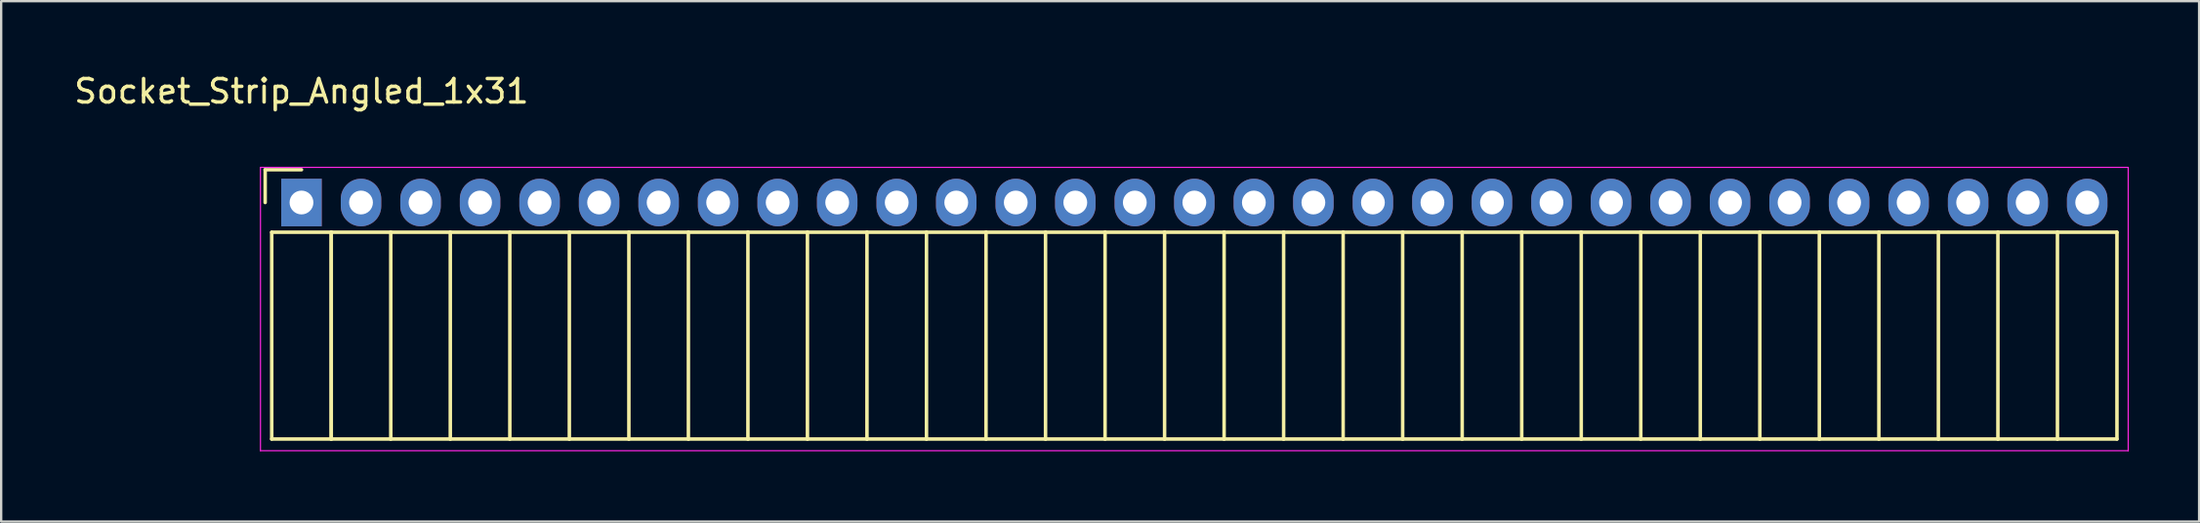
<source format=kicad_pcb>
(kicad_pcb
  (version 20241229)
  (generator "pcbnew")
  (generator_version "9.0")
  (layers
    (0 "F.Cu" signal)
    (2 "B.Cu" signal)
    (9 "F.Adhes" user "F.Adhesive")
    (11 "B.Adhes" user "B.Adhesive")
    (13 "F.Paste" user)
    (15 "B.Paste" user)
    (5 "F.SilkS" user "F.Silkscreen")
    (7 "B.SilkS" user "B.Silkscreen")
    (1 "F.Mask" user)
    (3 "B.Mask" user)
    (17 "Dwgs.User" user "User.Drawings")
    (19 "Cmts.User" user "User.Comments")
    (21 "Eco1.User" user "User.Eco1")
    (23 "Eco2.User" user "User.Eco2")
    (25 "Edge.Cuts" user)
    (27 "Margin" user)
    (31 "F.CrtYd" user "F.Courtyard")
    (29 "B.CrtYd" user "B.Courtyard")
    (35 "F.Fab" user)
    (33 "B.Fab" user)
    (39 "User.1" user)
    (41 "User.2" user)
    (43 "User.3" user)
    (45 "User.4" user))
  (footprint "Socket_Strip_Angled_1x31"
    (layer "F.Cu")
    (at 9.815 5.598)
    (property "Reference" "Socket_Strip_Angled_1x31" (at 0 -4.75 0) (layer "F.SilkS") (effects (font (size 1 1) (thickness 0.15))))
    (attr through_hole)
    (fp_line (start -1.55 -1.4) (end -1.55 0) (stroke (width 0.15) (type solid)) (layer "F.SilkS"))
    (fp_line (start -1.27 1.27) (end -1.27 10.1) (stroke (width 0.15) (type solid)) (layer "F.SilkS"))
    (fp_line (start -1.27 1.27) (end 1.27 1.27) (stroke (width 0.15) (type solid)) (layer "F.SilkS"))
    (fp_line (start -1.27 10.1) (end 1.27 10.1) (stroke (width 0.15) (type solid)) (layer "F.SilkS"))
    (fp_line (start 0 -1.4) (end -1.55 -1.4) (stroke (width 0.15) (type solid)) (layer "F.SilkS"))
    (fp_line (start 1.27 1.27) (end 1.27 10.1) (stroke (width 0.15) (type solid)) (layer "F.SilkS"))
    (fp_line (start 1.27 1.27) (end 3.81 1.27) (stroke (width 0.15) (type solid)) (layer "F.SilkS"))
    (fp_line (start 1.27 10.1) (end 1.27 1.27) (stroke (width 0.15) (type solid)) (layer "F.SilkS"))
    (fp_line (start 1.27 10.1) (end 3.81 10.1) (stroke (width 0.15) (type solid)) (layer "F.SilkS"))
    (fp_line (start 3.81 1.27) (end 6.35 1.27) (stroke (width 0.15) (type solid)) (layer "F.SilkS"))
    (fp_line (start 3.81 10.1) (end 3.81 1.27) (stroke (width 0.15) (type solid)) (layer "F.SilkS"))
    (fp_line (start 3.81 10.1) (end 6.35 10.1) (stroke (width 0.15) (type solid)) (layer "F.SilkS"))
    (fp_line (start 6.35 1.27) (end 8.89 1.27) (stroke (width 0.15) (type solid)) (layer "F.SilkS"))
    (fp_line (start 6.35 10.1) (end 6.35 1.27) (stroke (width 0.15) (type solid)) (layer "F.SilkS"))
    (fp_line (start 6.35 10.1) (end 8.89 10.1) (stroke (width 0.15) (type solid)) (layer "F.SilkS"))
    (fp_line (start 8.89 1.27) (end 11.43 1.27) (stroke (width 0.15) (type solid)) (layer "F.SilkS"))
    (fp_line (start 8.89 10.1) (end 8.89 1.27) (stroke (width 0.15) (type solid)) (layer "F.SilkS"))
    (fp_line (start 8.89 10.1) (end 11.43 10.1) (stroke (width 0.15) (type solid)) (layer "F.SilkS"))
    (fp_line (start 11.43 1.27) (end 13.97 1.27) (stroke (width 0.15) (type solid)) (layer "F.SilkS"))
    (fp_line (start 11.43 10.1) (end 11.43 1.27) (stroke (width 0.15) (type solid)) (layer "F.SilkS"))
    (fp_line (start 11.43 10.1) (end 13.97 10.1) (stroke (width 0.15) (type solid)) (layer "F.SilkS"))
    (fp_line (start 13.97 1.27) (end 16.51 1.27) (stroke (width 0.15) (type solid)) (layer "F.SilkS"))
    (fp_line (start 13.97 10.1) (end 13.97 1.27) (stroke (width 0.15) (type solid)) (layer "F.SilkS"))
    (fp_line (start 13.97 10.1) (end 16.51 10.1) (stroke (width 0.15) (type solid)) (layer "F.SilkS"))
    (fp_line (start 16.51 1.27) (end 19.05 1.27) (stroke (width 0.15) (type solid)) (layer "F.SilkS"))
    (fp_line (start 16.51 10.1) (end 16.51 1.27) (stroke (width 0.15) (type solid)) (layer "F.SilkS"))
    (fp_line (start 16.51 10.1) (end 19.05 10.1) (stroke (width 0.15) (type solid)) (layer "F.SilkS"))
    (fp_line (start 19.05 1.27) (end 21.59 1.27) (stroke (width 0.15) (type solid)) (layer "F.SilkS"))
    (fp_line (start 19.05 10.1) (end 19.05 1.27) (stroke (width 0.15) (type solid)) (layer "F.SilkS"))
    (fp_line (start 19.05 10.1) (end 21.59 10.1) (stroke (width 0.15) (type solid)) (layer "F.SilkS"))
    (fp_line (start 21.59 1.27) (end 24.13 1.27) (stroke (width 0.15) (type solid)) (layer "F.SilkS"))
    (fp_line (start 21.59 10.1) (end 21.59 1.27) (stroke (width 0.15) (type solid)) (layer "F.SilkS"))
    (fp_line (start 21.59 10.1) (end 24.13 10.1) (stroke (width 0.15) (type solid)) (layer "F.SilkS"))
    (fp_line (start 24.13 1.27) (end 26.67 1.27) (stroke (width 0.15) (type solid)) (layer "F.SilkS"))
    (fp_line (start 24.13 10.1) (end 24.13 1.27) (stroke (width 0.15) (type solid)) (layer "F.SilkS"))
    (fp_line (start 24.13 10.1) (end 26.67 10.1) (stroke (width 0.15) (type solid)) (layer "F.SilkS"))
    (fp_line (start 26.67 1.27) (end 29.21 1.27) (stroke (width 0.15) (type solid)) (layer "F.SilkS"))
    (fp_line (start 26.67 10.1) (end 26.67 1.27) (stroke (width 0.15) (type solid)) (layer "F.SilkS"))
    (fp_line (start 26.67 10.1) (end 29.21 10.1) (stroke (width 0.15) (type solid)) (layer "F.SilkS"))
    (fp_line (start 29.21 1.27) (end 31.75 1.27) (stroke (width 0.15) (type solid)) (layer "F.SilkS"))
    (fp_line (start 29.21 10.1) (end 29.21 1.27) (stroke (width 0.15) (type solid)) (layer "F.SilkS"))
    (fp_line (start 29.21 10.1) (end 31.75 10.1) (stroke (width 0.15) (type solid)) (layer "F.SilkS"))
    (fp_line (start 31.75 1.27) (end 34.29 1.27) (stroke (width 0.15) (type solid)) (layer "F.SilkS"))
    (fp_line (start 31.75 10.1) (end 31.75 1.27) (stroke (width 0.15) (type solid)) (layer "F.SilkS"))
    (fp_line (start 31.75 10.1) (end 34.29 10.1) (stroke (width 0.15) (type solid)) (layer "F.SilkS"))
    (fp_line (start 34.29 1.27) (end 36.83 1.27) (stroke (width 0.15) (type solid)) (layer "F.SilkS"))
    (fp_line (start 34.29 10.1) (end 34.29 1.27) (stroke (width 0.15) (type solid)) (layer "F.SilkS"))
    (fp_line (start 34.29 10.1) (end 36.83 10.1) (stroke (width 0.15) (type solid)) (layer "F.SilkS"))
    (fp_line (start 36.83 1.27) (end 39.37 1.27) (stroke (width 0.15) (type solid)) (layer "F.SilkS"))
    (fp_line (start 36.83 10.1) (end 36.83 1.27) (stroke (width 0.15) (type solid)) (layer "F.SilkS"))
    (fp_line (start 36.83 10.1) (end 39.37 10.1) (stroke (width 0.15) (type solid)) (layer "F.SilkS"))
    (fp_line (start 39.37 1.27) (end 41.91 1.27) (stroke (width 0.15) (type solid)) (layer "F.SilkS"))
    (fp_line (start 39.37 10.1) (end 39.37 1.27) (stroke (width 0.15) (type solid)) (layer "F.SilkS"))
    (fp_line (start 39.37 10.1) (end 41.91 10.1) (stroke (width 0.15) (type solid)) (layer "F.SilkS"))
    (fp_line (start 41.91 1.27) (end 44.45 1.27) (stroke (width 0.15) (type solid)) (layer "F.SilkS"))
    (fp_line (start 41.91 10.1) (end 41.91 1.27) (stroke (width 0.15) (type solid)) (layer "F.SilkS"))
    (fp_line (start 41.91 10.1) (end 44.45 10.1) (stroke (width 0.15) (type solid)) (layer "F.SilkS"))
    (fp_line (start 44.45 1.27) (end 46.99 1.27) (stroke (width 0.15) (type solid)) (layer "F.SilkS"))
    (fp_line (start 44.45 10.1) (end 44.45 1.27) (stroke (width 0.15) (type solid)) (layer "F.SilkS"))
    (fp_line (start 44.45 10.1) (end 46.99 10.1) (stroke (width 0.15) (type solid)) (layer "F.SilkS"))
    (fp_line (start 46.99 1.27) (end 49.53 1.27) (stroke (width 0.15) (type solid)) (layer "F.SilkS"))
    (fp_line (start 46.99 10.1) (end 46.99 1.27) (stroke (width 0.15) (type solid)) (layer "F.SilkS"))
    (fp_line (start 46.99 10.1) (end 49.53 10.1) (stroke (width 0.15) (type solid)) (layer "F.SilkS"))
    (fp_line (start 49.53 1.27) (end 52.07 1.27) (stroke (width 0.15) (type solid)) (layer "F.SilkS"))
    (fp_line (start 49.53 10.1) (end 49.53 1.27) (stroke (width 0.15) (type solid)) (layer "F.SilkS"))
    (fp_line (start 49.53 10.1) (end 52.07 10.1) (stroke (width 0.15) (type solid)) (layer "F.SilkS"))
    (fp_line (start 52.07 1.27) (end 54.61 1.27) (stroke (width 0.15) (type solid)) (layer "F.SilkS"))
    (fp_line (start 52.07 10.1) (end 52.07 1.27) (stroke (width 0.15) (type solid)) (layer "F.SilkS"))
    (fp_line (start 52.07 10.1) (end 54.61 10.1) (stroke (width 0.15) (type solid)) (layer "F.SilkS"))
    (fp_line (start 54.61 1.27) (end 57.15 1.27) (stroke (width 0.15) (type solid)) (layer "F.SilkS"))
    (fp_line (start 54.61 10.1) (end 54.61 1.27) (stroke (width 0.15) (type solid)) (layer "F.SilkS"))
    (fp_line (start 54.61 10.1) (end 57.15 10.1) (stroke (width 0.15) (type solid)) (layer "F.SilkS"))
    (fp_line (start 57.15 1.27) (end 59.69 1.27) (stroke (width 0.15) (type solid)) (layer "F.SilkS"))
    (fp_line (start 57.15 10.1) (end 57.15 1.27) (stroke (width 0.15) (type solid)) (layer "F.SilkS"))
    (fp_line (start 57.15 10.1) (end 59.69 10.1) (stroke (width 0.15) (type solid)) (layer "F.SilkS"))
    (fp_line (start 59.69 1.27) (end 62.23 1.27) (stroke (width 0.15) (type solid)) (layer "F.SilkS"))
    (fp_line (start 59.69 10.1) (end 59.69 1.27) (stroke (width 0.15) (type solid)) (layer "F.SilkS"))
    (fp_line (start 59.69 10.1) (end 62.23 10.1) (stroke (width 0.15) (type solid)) (layer "F.SilkS"))
    (fp_line (start 62.23 1.27) (end 64.77 1.27) (stroke (width 0.15) (type solid)) (layer "F.SilkS"))
    (fp_line (start 62.23 10.1) (end 62.23 1.27) (stroke (width 0.15) (type solid)) (layer "F.SilkS"))
    (fp_line (start 62.23 10.1) (end 64.77 10.1) (stroke (width 0.15) (type solid)) (layer "F.SilkS"))
    (fp_line (start 64.77 1.27) (end 67.31 1.27) (stroke (width 0.15) (type solid)) (layer "F.SilkS"))
    (fp_line (start 64.77 10.1) (end 64.77 1.27) (stroke (width 0.15) (type solid)) (layer "F.SilkS"))
    (fp_line (start 64.77 10.1) (end 67.31 10.1) (stroke (width 0.15) (type solid)) (layer "F.SilkS"))
    (fp_line (start 67.31 1.27) (end 69.85 1.27) (stroke (width 0.15) (type solid)) (layer "F.SilkS"))
    (fp_line (start 67.31 10.1) (end 67.31 1.27) (stroke (width 0.15) (type solid)) (layer "F.SilkS"))
    (fp_line (start 67.31 10.1) (end 69.85 10.1) (stroke (width 0.15) (type solid)) (layer "F.SilkS"))
    (fp_line (start 69.85 1.27) (end 72.39 1.27) (stroke (width 0.15) (type solid)) (layer "F.SilkS"))
    (fp_line (start 69.85 10.1) (end 69.85 1.27) (stroke (width 0.15) (type solid)) (layer "F.SilkS"))
    (fp_line (start 69.85 10.1) (end 72.39 10.1) (stroke (width 0.15) (type solid)) (layer "F.SilkS"))
    (fp_line (start 72.39 1.27) (end 74.93 1.27) (stroke (width 0.15) (type solid)) (layer "F.SilkS"))
    (fp_line (start 72.39 10.1) (end 72.39 1.27) (stroke (width 0.15) (type solid)) (layer "F.SilkS"))
    (fp_line (start 72.39 10.1) (end 74.93 10.1) (stroke (width 0.15) (type solid)) (layer "F.SilkS"))
    (fp_line (start 74.93 1.27) (end 77.47 1.27) (stroke (width 0.15) (type solid)) (layer "F.SilkS"))
    (fp_line (start 74.93 10.1) (end 74.93 1.27) (stroke (width 0.15) (type solid)) (layer "F.SilkS"))
    (fp_line (start 74.93 10.1) (end 77.47 10.1) (stroke (width 0.15) (type solid)) (layer "F.SilkS"))
    (fp_line (start 77.47 10.1) (end 77.47 1.27) (stroke (width 0.15) (type solid)) (layer "F.SilkS"))
    (fp_line (start -1.75 -1.5) (end -1.75 10.6) (stroke (width 0.05) (type solid)) (layer "F.CrtYd"))
    (fp_line (start -1.75 -1.5) (end 77.95 -1.5) (stroke (width 0.05) (type solid)) (layer "F.CrtYd"))
    (fp_line (start -1.75 10.6) (end 77.95 10.6) (stroke (width 0.05) (type solid)) (layer "F.CrtYd"))
    (fp_line (start 77.95 -1.5) (end 77.95 10.6) (stroke (width 0.05) (type solid)) (layer "F.CrtYd"))
    (pad "1" thru_hole rect (at 0 0) (size 1.727 2.032) (drill 1.016) (layers "*.Cu" "*.Mask"))
    (pad "2" thru_hole oval (at 2.54 0) (size 1.727 2.032) (drill 1.016) (layers "*.Cu" "*.Mask"))
    (pad "3" thru_hole oval (at 5.08 0) (size 1.727 2.032) (drill 1.016) (layers "*.Cu" "*.Mask"))
    (pad "4" thru_hole oval (at 7.62 0) (size 1.727 2.032) (drill 1.016) (layers "*.Cu" "*.Mask"))
    (pad "5" thru_hole oval (at 10.16 0) (size 1.727 2.032) (drill 1.016) (layers "*.Cu" "*.Mask"))
    (pad "6" thru_hole oval (at 12.7 0) (size 1.727 2.032) (drill 1.016) (layers "*.Cu" "*.Mask"))
    (pad "7" thru_hole oval (at 15.24 0) (size 1.727 2.032) (drill 1.016) (layers "*.Cu" "*.Mask"))
    (pad "8" thru_hole oval (at 17.78 0) (size 1.727 2.032) (drill 1.016) (layers "*.Cu" "*.Mask"))
    (pad "9" thru_hole oval (at 20.32 0) (size 1.727 2.032) (drill 1.016) (layers "*.Cu" "*.Mask"))
    (pad "10" thru_hole oval (at 22.86 0) (size 1.727 2.032) (drill 1.016) (layers "*.Cu" "*.Mask"))
    (pad "11" thru_hole oval (at 25.4 0) (size 1.727 2.032) (drill 1.016) (layers "*.Cu" "*.Mask"))
    (pad "12" thru_hole oval (at 27.94 0) (size 1.727 2.032) (drill 1.016) (layers "*.Cu" "*.Mask"))
    (pad "13" thru_hole oval (at 30.48 0) (size 1.727 2.032) (drill 1.016) (layers "*.Cu" "*.Mask"))
    (pad "14" thru_hole oval (at 33.02 0) (size 1.727 2.032) (drill 1.016) (layers "*.Cu" "*.Mask"))
    (pad "15" thru_hole oval (at 35.56 0) (size 1.727 2.032) (drill 1.016) (layers "*.Cu" "*.Mask"))
    (pad "16" thru_hole oval (at 38.1 0) (size 1.727 2.032) (drill 1.016) (layers "*.Cu" "*.Mask"))
    (pad "17" thru_hole oval (at 40.64 0) (size 1.727 2.032) (drill 1.016) (layers "*.Cu" "*.Mask"))
    (pad "18" thru_hole oval (at 43.18 0) (size 1.727 2.032) (drill 1.016) (layers "*.Cu" "*.Mask"))
    (pad "19" thru_hole oval (at 45.72 0) (size 1.727 2.032) (drill 1.016) (layers "*.Cu" "*.Mask"))
    (pad "20" thru_hole oval (at 48.26 0) (size 1.727 2.032) (drill 1.016) (layers "*.Cu" "*.Mask"))
    (pad "21" thru_hole oval (at 50.8 0) (size 1.727 2.032) (drill 1.016) (layers "*.Cu" "*.Mask"))
    (pad "22" thru_hole oval (at 53.34 0) (size 1.727 2.032) (drill 1.016) (layers "*.Cu" "*.Mask"))
    (pad "23" thru_hole oval (at 55.88 0) (size 1.727 2.032) (drill 1.016) (layers "*.Cu" "*.Mask"))
    (pad "24" thru_hole oval (at 58.42 0) (size 1.727 2.032) (drill 1.016) (layers "*.Cu" "*.Mask"))
    (pad "25" thru_hole oval (at 60.96 0) (size 1.727 2.032) (drill 1.016) (layers "*.Cu" "*.Mask"))
    (pad "26" thru_hole oval (at 63.5 0) (size 1.727 2.032) (drill 1.016) (layers "*.Cu" "*.Mask"))
    (pad "27" thru_hole oval (at 66.04 0) (size 1.727 2.032) (drill 1.016) (layers "*.Cu" "*.Mask"))
    (pad "28" thru_hole oval (at 68.58 0) (size 1.727 2.032) (drill 1.016) (layers "*.Cu" "*.Mask"))
    (pad "29" thru_hole oval (at 71.12 0) (size 1.727 2.032) (drill 1.016) (layers "*.Cu" "*.Mask"))
    (pad "30" thru_hole oval (at 73.66 0) (size 1.727 2.032) (drill 1.016) (layers "*.Cu" "*.Mask"))
    (pad "31" thru_hole oval (at 76.2 0) (size 1.727 2.032) (drill 1.016) (layers "*.Cu" "*.Mask")))
  (gr_rect
    (start -3 -3)
    (end 90.79 19.223)
    (stroke (width 0.1) (type default))
    (fill no)
    (layer "Edge.Cuts")))
</source>
